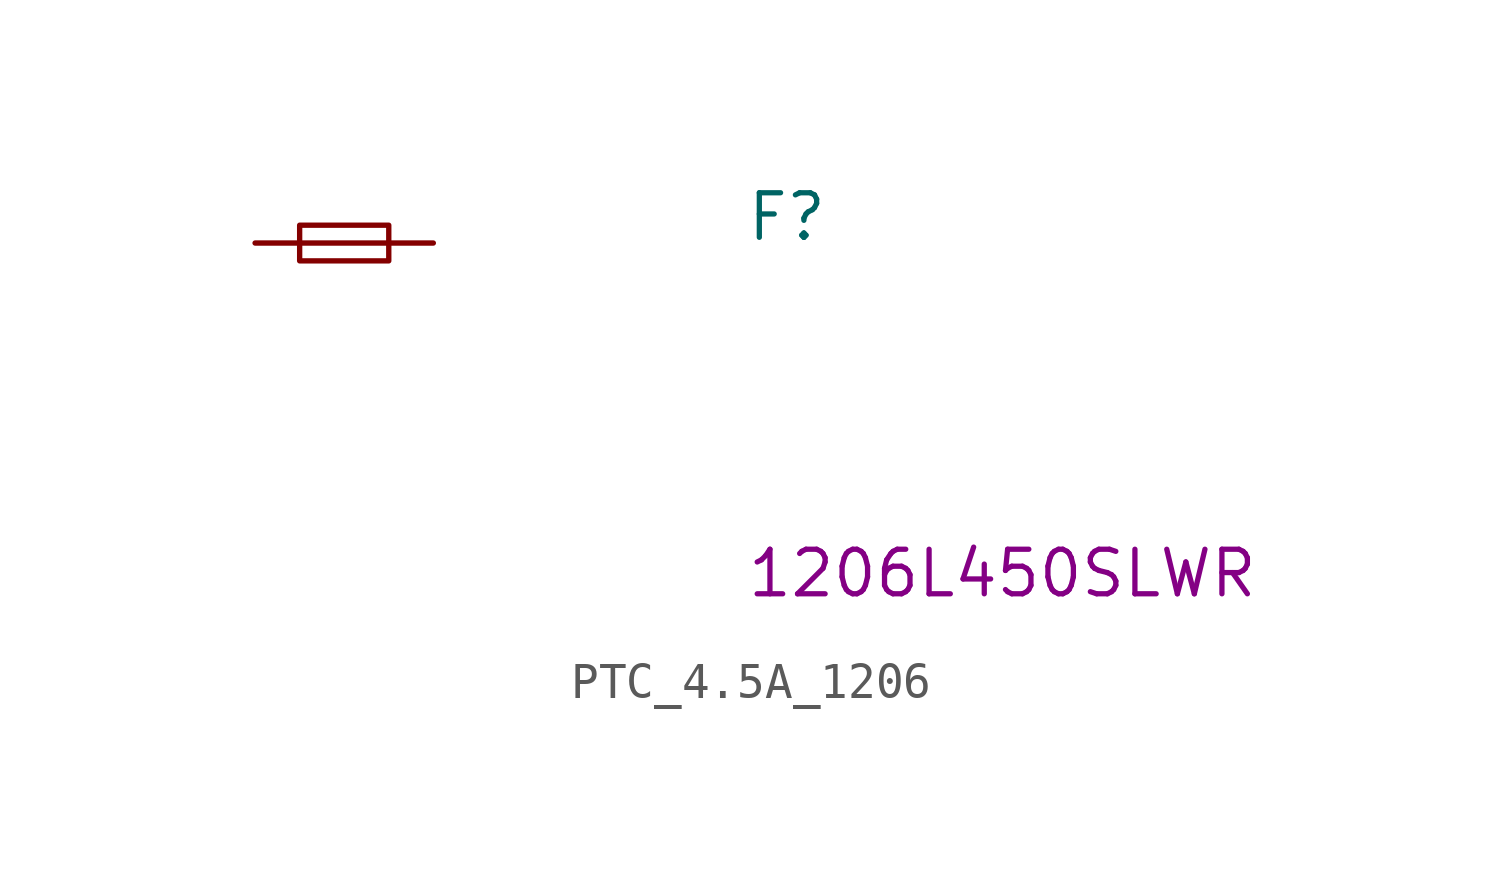
<source format=kicad_sym>
(kicad_symbol_lib
  (version 20211014)
  (generator kicad_symbol_editor)
  (symbol "PTC_4.5A_1206"
    (pin_numbers hide)
    (pin_names hide)
    (property "Reference" "F"
      (at 13.97 0 0)
      (effects (font (size 1.27 1.27) (thickness 0.15)) (justify left bottom)))
    (property "MPN" "1206L450SLWR"
      (at 13.97 -10.16 0)
      (effects (font (size 1.27 1.27) (thickness 0.15)) (justify left bottom)))
    (symbol "PTC_4.5A_1206_0_1"
      (polyline (pts (xy 1.27 0) (xy 3.81 0)) (stroke (width 0) (type default) (color 0 0 0 0)) (fill (type none)))
      (rectangle (start 1.27 0.508) (end 3.81 -0.508) (stroke (width 0) (type default) (color 0 0 0 0)) (fill (type none))))
    (symbol "PTC_4.5A_1206_1_1"
      (pin passive line (at 0 0 0) (length 1.27) (name "~" (effects (font (size 1.27 1.27)))) (number "1" (effects (font (size 1.27 1.27)))))
      (pin passive line (at 5.08 0 180) (length 1.27) (name "~" (effects (font (size 1.27 1.27)))) (number "2" (effects (font (size 1.27 1.27))))))))
</source>
